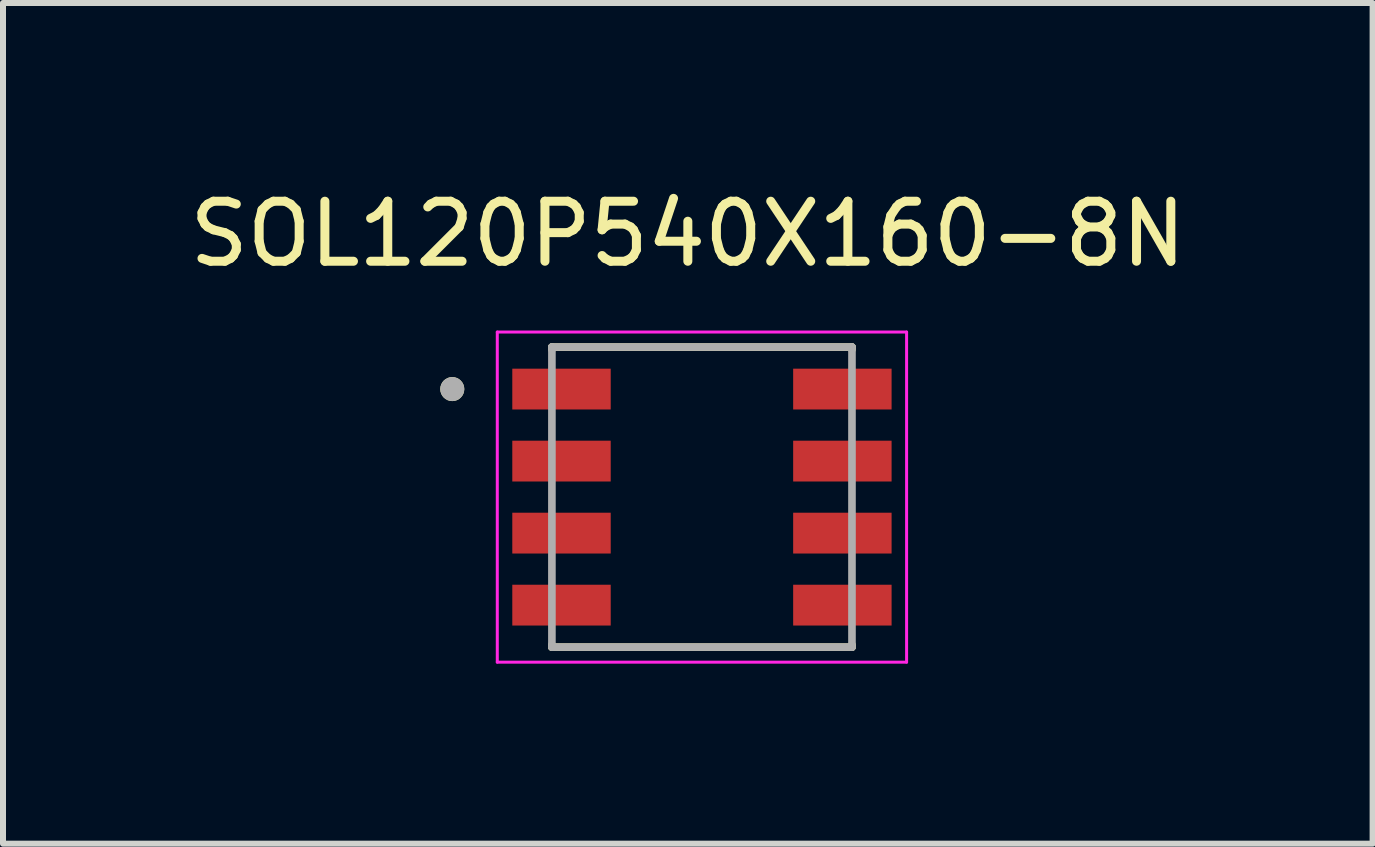
<source format=kicad_pcb>
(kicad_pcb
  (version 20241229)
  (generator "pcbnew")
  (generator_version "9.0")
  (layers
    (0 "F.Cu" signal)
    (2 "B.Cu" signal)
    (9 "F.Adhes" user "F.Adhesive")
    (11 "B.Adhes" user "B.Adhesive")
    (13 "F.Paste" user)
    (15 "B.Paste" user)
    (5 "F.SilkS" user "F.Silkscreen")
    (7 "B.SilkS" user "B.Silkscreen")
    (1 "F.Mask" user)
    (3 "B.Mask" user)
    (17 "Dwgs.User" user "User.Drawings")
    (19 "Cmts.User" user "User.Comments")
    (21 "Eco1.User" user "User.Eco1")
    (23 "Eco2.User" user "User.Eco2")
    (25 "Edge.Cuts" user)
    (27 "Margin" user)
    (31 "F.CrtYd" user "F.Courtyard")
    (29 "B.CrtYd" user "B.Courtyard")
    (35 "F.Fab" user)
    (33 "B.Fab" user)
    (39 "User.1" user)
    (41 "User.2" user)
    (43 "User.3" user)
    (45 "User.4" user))
  (footprint "SOL120P540X160-8N"
    (layer "F.Cu")
    (at 8.646 5.233)
    (property "Reference" "SOL120P540X160-8N" (at -0.235 -4.385 0) (layer "F.SilkS") (effects (font (size 1 1) (thickness 0.15))))
    (attr smd)
    (fp_line (start -2.5 -2.5) (end 2.5 -2.5) (stroke (width 0.127) (type solid)) (layer "F.SilkS"))
    (fp_line (start -2.5 -2.46) (end -2.5 -2.5) (stroke (width 0.127) (type solid)) (layer "F.SilkS"))
    (fp_line (start -2.5 2.5) (end -2.5 2.46) (stroke (width 0.127) (type solid)) (layer "F.SilkS"))
    (fp_line (start 2.5 -2.5) (end 2.5 -2.46) (stroke (width 0.127) (type solid)) (layer "F.SilkS"))
    (fp_line (start 2.5 2.5) (end -2.5 2.5) (stroke (width 0.127) (type solid)) (layer "F.SilkS"))
    (fp_line (start 2.5 2.5) (end 2.5 2.46) (stroke (width 0.127) (type solid)) (layer "F.SilkS"))
    (fp_circle (center -4.16 -1.8) (end -4.06 -1.8) (stroke (width 0.2) (type solid)) (fill no) (layer "F.SilkS"))
    (fp_line (start -3.41 -2.75) (end -3.41 2.75) (stroke (width 0.05) (type solid)) (layer "F.CrtYd"))
    (fp_line (start -3.41 2.75) (end 3.41 2.75) (stroke (width 0.05) (type solid)) (layer "F.CrtYd"))
    (fp_line (start 3.41 -2.75) (end -3.41 -2.75) (stroke (width 0.05) (type solid)) (layer "F.CrtYd"))
    (fp_line (start 3.41 2.75) (end 3.41 -2.75) (stroke (width 0.05) (type solid)) (layer "F.CrtYd"))
    (fp_line (start -2.5 -2.5) (end 2.5 -2.5) (stroke (width 0.127) (type solid)) (layer "F.Fab"))
    (fp_line (start -2.5 2.5) (end -2.5 -2.5) (stroke (width 0.127) (type solid)) (layer "F.Fab"))
    (fp_line (start 2.5 -2.5) (end 2.5 2.5) (stroke (width 0.127) (type solid)) (layer "F.Fab"))
    (fp_line (start 2.5 2.5) (end -2.5 2.5) (stroke (width 0.127) (type solid)) (layer "F.Fab"))
    (fp_circle (center -4.16 -1.8) (end -4.06 -1.8) (stroke (width 0.2) (type solid)) (fill no) (layer "F.Fab"))
    (pad "1" smd rect (at -2.34 -1.8) (size 1.64 0.68) (layers "F.Cu" "F.Mask" "F.Paste"))
    (pad "2" smd rect (at -2.34 -0.6) (size 1.64 0.68) (layers "F.Cu" "F.Mask" "F.Paste"))
    (pad "3" smd rect (at -2.34 0.6) (size 1.64 0.68) (layers "F.Cu" "F.Mask" "F.Paste"))
    (pad "4" smd rect (at -2.34 1.8) (size 1.64 0.68) (layers "F.Cu" "F.Mask" "F.Paste"))
    (pad "5" smd rect (at 2.34 1.8) (size 1.64 0.68) (layers "F.Cu" "F.Mask" "F.Paste"))
    (pad "6" smd rect (at 2.34 0.6) (size 1.64 0.68) (layers "F.Cu" "F.Mask" "F.Paste"))
    (pad "7" smd rect (at 2.34 -0.6) (size 1.64 0.68) (layers "F.Cu" "F.Mask" "F.Paste"))
    (pad "8" smd rect (at 2.34 -1.8) (size 1.64 0.68) (layers "F.Cu" "F.Mask" "F.Paste")))
  (gr_rect
    (start -3 -3)
    (end 19.821 11.008)
    (stroke (width 0.1) (type default))
    (fill no)
    (layer "Edge.Cuts")))
</source>
